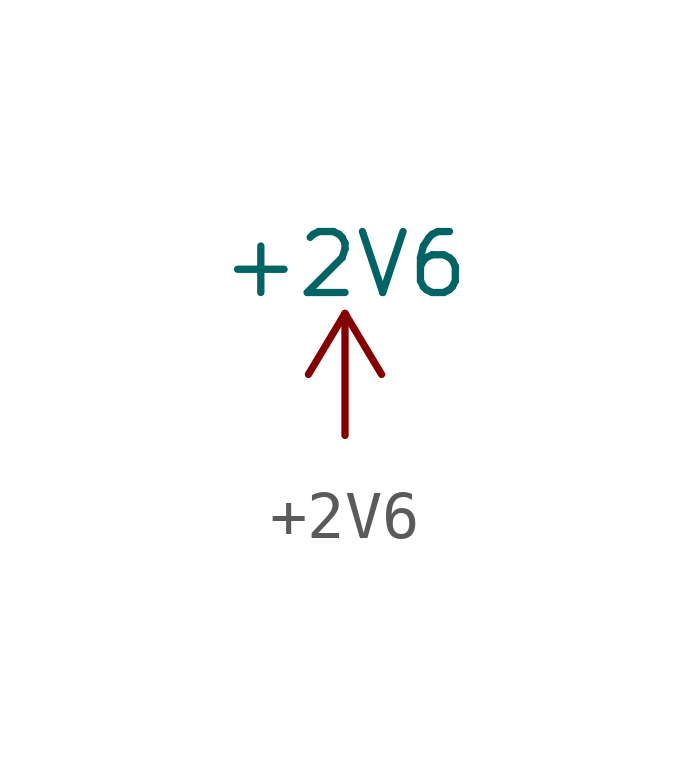
<source format=kicad_sym>
(kicad_symbol_lib
  (version 20211014)
  (generator kicad_symbol_editor)
  (symbol "+2V6"
    (power)
    (pin_names
      (offset 0))
    (property "Reference" "#PWR"
      (at 0 -3.81 0)
      (effects (font (size 1.27 1.27)) hide))
    (property "Value" "+2V6"
      (at 0 3.556 0)
      (effects (font (size 1.27 1.27))))
    (symbol "+2V6_0_1"
      (polyline (pts (xy -0.762 1.27) (xy 0 2.54)) (stroke (width 0) (type default) (color 0 0 0 0)) (fill (type none)))
      (polyline (pts (xy 0 0) (xy 0 2.54)) (stroke (width 0) (type default) (color 0 0 0 0)) (fill (type none)))
      (polyline (pts (xy 0 2.54) (xy 0.762 1.27)) (stroke (width 0) (type default) (color 0 0 0 0)) (fill (type none))))
    (symbol "+2V6_1_1"
      (pin power_in line (at 0 0 90) (length 0) hide (name "+2V6" (effects (font (size 1.27 1.27)))) (number "1" (effects (font (size 1.27 1.27))))))))
</source>
